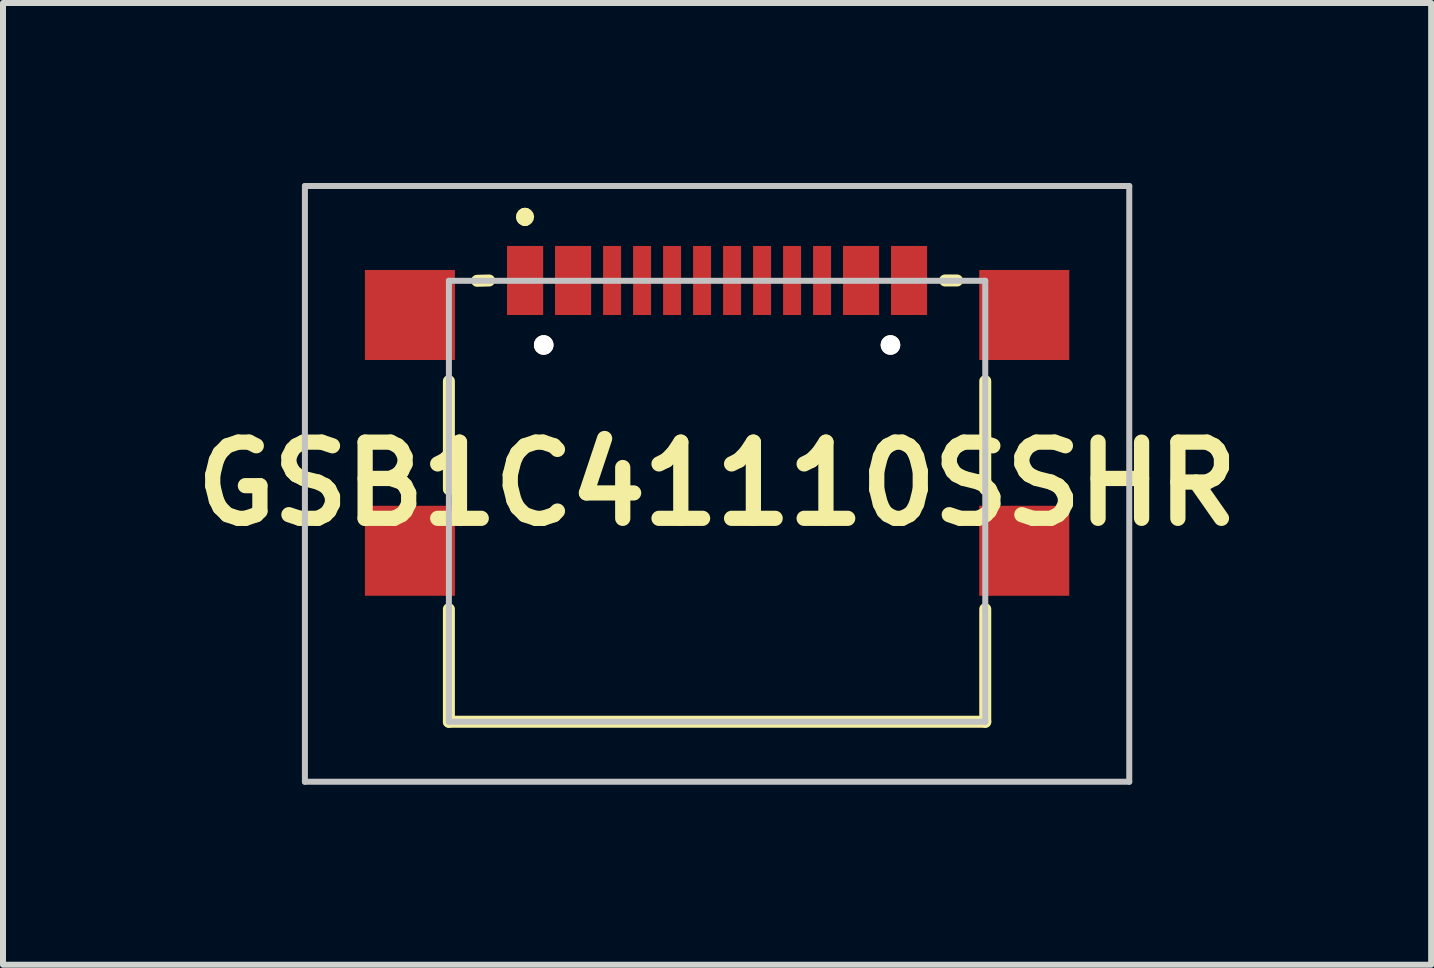
<source format=kicad_pcb>
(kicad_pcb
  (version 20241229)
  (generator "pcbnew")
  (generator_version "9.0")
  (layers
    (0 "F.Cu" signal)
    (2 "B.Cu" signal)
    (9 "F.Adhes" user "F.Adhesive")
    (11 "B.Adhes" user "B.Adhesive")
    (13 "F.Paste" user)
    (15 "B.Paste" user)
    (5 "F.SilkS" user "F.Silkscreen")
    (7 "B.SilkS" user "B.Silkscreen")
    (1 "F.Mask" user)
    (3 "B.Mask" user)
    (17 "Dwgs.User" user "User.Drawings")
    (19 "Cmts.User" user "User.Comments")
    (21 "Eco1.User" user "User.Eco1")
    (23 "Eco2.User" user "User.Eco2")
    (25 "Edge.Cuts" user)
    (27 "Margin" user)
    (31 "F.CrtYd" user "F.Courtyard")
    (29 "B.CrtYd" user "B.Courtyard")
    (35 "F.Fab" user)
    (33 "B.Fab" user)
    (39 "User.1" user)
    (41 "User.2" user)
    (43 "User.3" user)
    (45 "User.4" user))
  (footprint "GSB1C41110SSHR"
    (layer "F.Cu")
    (at 8.902 5.015)
    (property "Reference" "GSB1C41110SSHR" (at 0 0 0) (layer "F.SilkS") (effects (font (size 1.27 1.27) (thickness 0.254))))
    (attr through_hole exclude_from_pos_files)
    (fp_line (start -4.47 -1.712) (end -4.47 0.088) (stroke (width 0.2) (type solid)) (layer "F.SilkS"))
    (fp_line (start -4.47 2.088) (end -4.47 3.965) (stroke (width 0.2) (type solid)) (layer "F.SilkS"))
    (fp_line (start -4.47 3.965) (end 4.47 3.965) (stroke (width 0.2) (type solid)) (layer "F.SilkS"))
    (fp_line (start -4 -3.385) (end -3.8 -3.39) (stroke (width 0.2) (type solid)) (layer "F.SilkS"))
    (fp_line (start -3.2 -4.5) (end -3.2 -4.5) (stroke (width 0.2) (type solid)) (layer "F.SilkS"))
    (fp_line (start -3.2 -4.5) (end -3.2 -4.5) (stroke (width 0.2) (type solid)) (layer "F.SilkS"))
    (fp_line (start -3.2 -4.4) (end -3.2 -4.4) (stroke (width 0.2) (type solid)) (layer "F.SilkS"))
    (fp_line (start 3.8 -3.39) (end 4 -3.39) (stroke (width 0.2) (type solid)) (layer "F.SilkS"))
    (fp_line (start 4.47 0.088) (end 4.47 -1.712) (stroke (width 0.2) (type solid)) (layer "F.SilkS"))
    (fp_line (start 4.47 3.965) (end 4.47 2.088) (stroke (width 0.2) (type solid)) (layer "F.SilkS"))
    (fp_arc (start -3.2 -4.5) (mid -3.15 -4.45) (end -3.2 -4.4) (stroke (width 0.2) (type solid)) (layer "F.SilkS"))
    (fp_arc (start -3.2 -4.4) (mid -3.25 -4.45) (end -3.2 -4.5) (stroke (width 0.2) (type solid)) (layer "F.SilkS"))
    (fp_arc (start -3.2 -4.4) (mid -3.25 -4.45) (end -3.2 -4.5) (stroke (width 0.2) (type solid)) (layer "F.SilkS"))
    (fp_line (start -6.87 -4.965) (end 6.87 -4.965) (stroke (width 0.1) (type solid)) (layer "Dwgs.User"))
    (fp_line (start -6.87 4.965) (end -6.87 -4.965) (stroke (width 0.1) (type solid)) (layer "Dwgs.User"))
    (fp_line (start -4.47 -3.385) (end -4.47 3.965) (stroke (width 0.1) (type solid)) (layer "Dwgs.User"))
    (fp_line (start -4.47 3.965) (end 4.47 3.965) (stroke (width 0.1) (type solid)) (layer "Dwgs.User"))
    (fp_line (start 4.47 -3.385) (end -4.47 -3.385) (stroke (width 0.1) (type solid)) (layer "Dwgs.User"))
    (fp_line (start 4.47 3.965) (end 4.47 -3.385) (stroke (width 0.1) (type solid)) (layer "Dwgs.User"))
    (fp_line (start 6.87 -4.965) (end 6.87 4.965) (stroke (width 0.1) (type solid)) (layer "Dwgs.User"))
    (fp_line (start 6.87 4.965) (end -6.87 4.965) (stroke (width 0.1) (type solid)) (layer "Dwgs.User"))
    (pad "A1" smd rect (at -3.2 -3.39) (size 0.6 1.15) (layers "F.Cu" "F.Mask" "F.Paste"))
    (pad "A4" smd rect (at -2.4 -3.39) (size 0.6 1.15) (layers "F.Cu" "F.Mask" "F.Paste"))
    (pad "A5" smd rect (at -1.25 -3.39) (size 0.3 1.15) (layers "F.Cu" "F.Mask" "F.Paste"))
    (pad "A6" smd rect (at -0.25 -3.39) (size 0.3 1.15) (layers "F.Cu" "F.Mask" "F.Paste"))
    (pad "A7" smd rect (at 0.25 -3.39) (size 0.3 1.15) (layers "F.Cu" "F.Mask" "F.Paste"))
    (pad "A8" smd rect (at 1.25 -3.39) (size 0.3 1.15) (layers "F.Cu" "F.Mask" "F.Paste"))
    (pad "A9" smd rect (at 2.4 -3.39) (size 0.6 1.15) (layers "F.Cu" "F.Mask" "F.Paste"))
    (pad "A12" smd rect (at 3.2 -3.39) (size 0.6 1.15) (layers "F.Cu" "F.Mask" "F.Paste"))
    (pad "B1" smd rect (at 3.2 -3.39) (size 0.6 1.15) (layers "F.Cu" "F.Mask" "F.Paste"))
    (pad "B4" smd rect (at 2.4 -3.39) (size 0.6 1.15) (layers "F.Cu" "F.Mask" "F.Paste"))
    (pad "B5" smd rect (at 1.75 -3.39) (size 0.3 1.15) (layers "F.Cu" "F.Mask" "F.Paste"))
    (pad "B6" smd rect (at 0.75 -3.39) (size 0.3 1.15) (layers "F.Cu" "F.Mask" "F.Paste"))
    (pad "B7" smd rect (at -0.75 -3.39) (size 0.3 1.15) (layers "F.Cu" "F.Mask" "F.Paste"))
    (pad "B8" smd rect (at -1.75 -3.39) (size 0.3 1.15) (layers "F.Cu" "F.Mask" "F.Paste"))
    (pad "B9" smd rect (at -2.4 -3.39) (size 0.6 1.15) (layers "F.Cu" "F.Mask" "F.Paste"))
    (pad "B12" smd rect (at -3.2 -3.39) (size 0.6 1.15) (layers "F.Cu" "F.Mask" "F.Paste"))
    (pad "MH1" thru_hole circle (at -2.89 -2.315 90) (size 0.325 0.325) (drill 0.65) (layers "*.Cu" "*.Mask" "F.SilkS"))
    (pad "MH2" thru_hole circle (at 2.89 -2.315 90) (size 0.325 0.325) (drill 0.65) (layers "*.Cu" "*.Mask" "F.SilkS"))
    (pad "S1" smd rect (at -5.12 -2.815 90) (size 1.5 1.5) (layers "F.Cu" "F.Mask" "F.Paste"))
    (pad "S1" smd rect (at -5.12 1.115 90) (size 1.5 1.5) (layers "F.Cu" "F.Mask" "F.Paste"))
    (pad "S1" smd rect (at 5.12 -2.815 90) (size 1.5 1.5) (layers "F.Cu" "F.Mask" "F.Paste"))
    (pad "S1" smd rect (at 5.12 1.115 90) (size 1.5 1.5) (layers "F.Cu" "F.Mask" "F.Paste")))
  (gr_rect
    (start -3 -3)
    (end 20.804 13.03)
    (stroke (width 0.1) (type default))
    (fill no)
    (layer "Edge.Cuts")))
</source>
